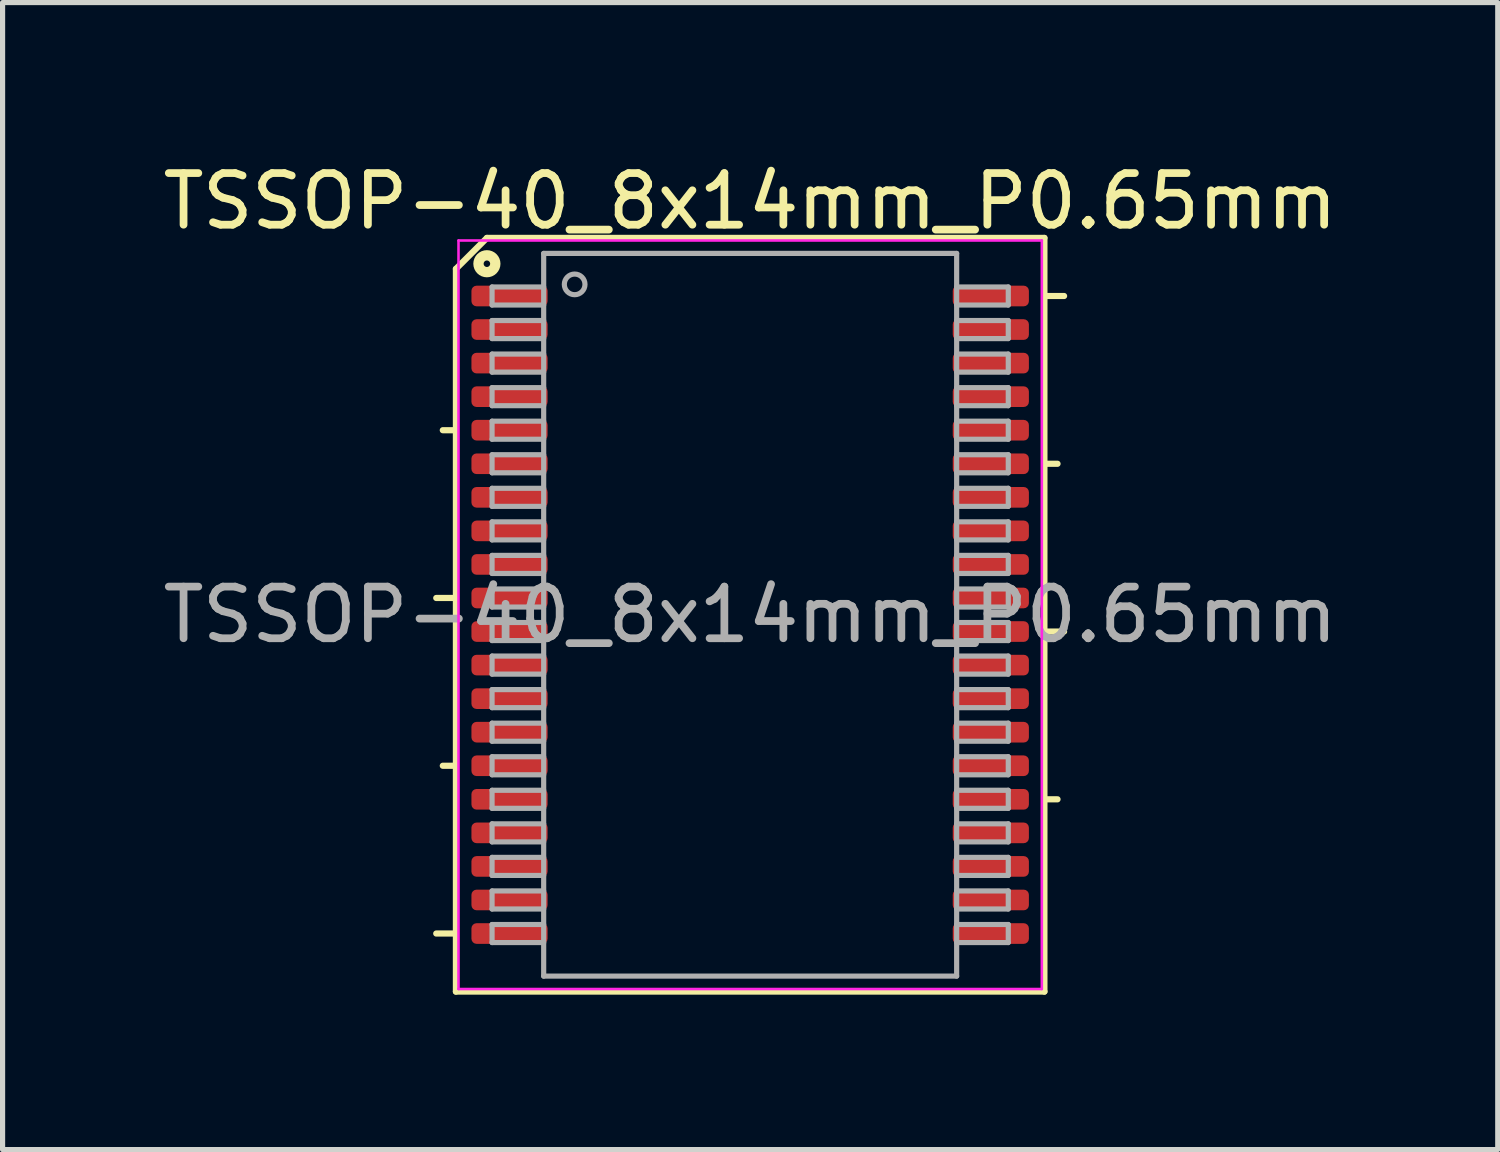
<source format=kicad_pcb>
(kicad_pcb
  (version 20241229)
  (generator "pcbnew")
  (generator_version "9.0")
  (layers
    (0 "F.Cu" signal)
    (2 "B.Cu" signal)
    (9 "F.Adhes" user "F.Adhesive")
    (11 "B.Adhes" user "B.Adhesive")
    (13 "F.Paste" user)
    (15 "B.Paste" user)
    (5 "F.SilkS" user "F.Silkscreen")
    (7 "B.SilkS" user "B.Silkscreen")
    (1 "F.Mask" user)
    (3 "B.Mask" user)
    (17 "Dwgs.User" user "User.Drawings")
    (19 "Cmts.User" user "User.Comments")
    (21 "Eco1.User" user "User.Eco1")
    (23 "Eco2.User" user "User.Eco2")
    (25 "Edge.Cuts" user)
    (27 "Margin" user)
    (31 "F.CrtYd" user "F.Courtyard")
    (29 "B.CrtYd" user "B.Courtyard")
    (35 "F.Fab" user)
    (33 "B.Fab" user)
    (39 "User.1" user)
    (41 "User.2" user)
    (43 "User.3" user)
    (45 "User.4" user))
  (footprint "TSSOP-40_8x14mm_P0.65mm"
    (layer "F.Cu")
    (at 11.482 8.859)
    (property "Reference" "TSSOP-40_8x14mm_P0.65mm" (at 0 -8.011 0) (layer "F.SilkS") (effects (font (size 1 1) (thickness 0.15))))
    (attr smd)
    (fp_line (start -5.7 -6.7) (end -5.7 7.3) (stroke (width 0.12) (type solid)) (layer "F.SilkS"))
    (fp_line (start -5.7 -6.7) (end -5.1 -7.3) (stroke (width 0.12) (type solid)) (layer "F.SilkS"))
    (fp_line (start -5.7 -3.575) (end -5.954 -3.575) (stroke (width 0.12) (type solid)) (layer "F.SilkS"))
    (fp_line (start -5.7 -0.325) (end -6.081 -0.325) (stroke (width 0.12) (type solid)) (layer "F.SilkS"))
    (fp_line (start -5.7 2.925) (end -5.954 2.925) (stroke (width 0.12) (type solid)) (layer "F.SilkS"))
    (fp_line (start -5.7 6.175) (end -6.081 6.175) (stroke (width 0.12) (type solid)) (layer "F.SilkS"))
    (fp_line (start -5.7 7.3) (end 5.7 7.3) (stroke (width 0.12) (type solid)) (layer "F.SilkS"))
    (fp_line (start 5.7 -7.3) (end -5.1 -7.3) (stroke (width 0.12) (type solid)) (layer "F.SilkS"))
    (fp_line (start 5.7 -6.175) (end 6.081 -6.175) (stroke (width 0.12) (type solid)) (layer "F.SilkS"))
    (fp_line (start 5.7 -2.925) (end 5.954 -2.925) (stroke (width 0.12) (type solid)) (layer "F.SilkS"))
    (fp_line (start 5.7 0.325) (end 6.081 0.325) (stroke (width 0.12) (type solid)) (layer "F.SilkS"))
    (fp_line (start 5.7 3.575) (end 5.954 3.575) (stroke (width 0.12) (type solid)) (layer "F.SilkS"))
    (fp_line (start 5.7 7.3) (end 5.7 -7.3) (stroke (width 0.12) (type solid)) (layer "F.SilkS"))
    (fp_circle (center -5.1 -6.8) (end -5.037 -6.8) (stroke (width 0.2) (type solid)) (fill no) (layer "F.SilkS"))
    (fp_line (start -5.65 -7.25) (end -5.65 7.25) (stroke (width 0.05) (type solid)) (layer "F.CrtYd"))
    (fp_line (start -5.65 7.25) (end 5.65 7.25) (stroke (width 0.05) (type solid)) (layer "F.CrtYd"))
    (fp_line (start 5.65 -7.25) (end -5.65 -7.25) (stroke (width 0.05) (type solid)) (layer "F.CrtYd"))
    (fp_line (start 5.65 7.25) (end 5.65 -7.25) (stroke (width 0.05) (type solid)) (layer "F.CrtYd"))
    (fp_line (start -5 -6.35) (end -5 -6) (stroke (width 0.1) (type solid)) (layer "F.Fab"))
    (fp_line (start -5 -6.35) (end -4 -6.35) (stroke (width 0.1) (type solid)) (layer "F.Fab"))
    (fp_line (start -5 -6) (end -4 -6) (stroke (width 0.1) (type solid)) (layer "F.Fab"))
    (fp_line (start -5 -5.7) (end -5 -5.35) (stroke (width 0.1) (type solid)) (layer "F.Fab"))
    (fp_line (start -5 -5.7) (end -4 -5.7) (stroke (width 0.1) (type solid)) (layer "F.Fab"))
    (fp_line (start -5 -5.35) (end -4 -5.35) (stroke (width 0.1) (type solid)) (layer "F.Fab"))
    (fp_line (start -5 -5.05) (end -5 -4.7) (stroke (width 0.1) (type solid)) (layer "F.Fab"))
    (fp_line (start -5 -5.05) (end -4 -5.05) (stroke (width 0.1) (type solid)) (layer "F.Fab"))
    (fp_line (start -5 -4.7) (end -4 -4.7) (stroke (width 0.1) (type solid)) (layer "F.Fab"))
    (fp_line (start -5 -4.4) (end -5 -4.05) (stroke (width 0.1) (type solid)) (layer "F.Fab"))
    (fp_line (start -5 -4.4) (end -4 -4.4) (stroke (width 0.1) (type solid)) (layer "F.Fab"))
    (fp_line (start -5 -4.05) (end -4 -4.05) (stroke (width 0.1) (type solid)) (layer "F.Fab"))
    (fp_line (start -5 -3.75) (end -5 -3.4) (stroke (width 0.1) (type solid)) (layer "F.Fab"))
    (fp_line (start -5 -3.75) (end -4 -3.75) (stroke (width 0.1) (type solid)) (layer "F.Fab"))
    (fp_line (start -5 -3.4) (end -4 -3.4) (stroke (width 0.1) (type solid)) (layer "F.Fab"))
    (fp_line (start -5 -3.1) (end -5 -2.75) (stroke (width 0.1) (type solid)) (layer "F.Fab"))
    (fp_line (start -5 -3.1) (end -4 -3.1) (stroke (width 0.1) (type solid)) (layer "F.Fab"))
    (fp_line (start -5 -2.75) (end -4 -2.75) (stroke (width 0.1) (type solid)) (layer "F.Fab"))
    (fp_line (start -5 -2.45) (end -5 -2.1) (stroke (width 0.1) (type solid)) (layer "F.Fab"))
    (fp_line (start -5 -2.45) (end -4 -2.45) (stroke (width 0.1) (type solid)) (layer "F.Fab"))
    (fp_line (start -5 -2.1) (end -4 -2.1) (stroke (width 0.1) (type solid)) (layer "F.Fab"))
    (fp_line (start -5 -1.8) (end -5 -1.45) (stroke (width 0.1) (type solid)) (layer "F.Fab"))
    (fp_line (start -5 -1.8) (end -4 -1.8) (stroke (width 0.1) (type solid)) (layer "F.Fab"))
    (fp_line (start -5 -1.45) (end -4 -1.45) (stroke (width 0.1) (type solid)) (layer "F.Fab"))
    (fp_line (start -5 -1.15) (end -5 -0.8) (stroke (width 0.1) (type solid)) (layer "F.Fab"))
    (fp_line (start -5 -1.15) (end -4 -1.15) (stroke (width 0.1) (type solid)) (layer "F.Fab"))
    (fp_line (start -5 -0.8) (end -4 -0.8) (stroke (width 0.1) (type solid)) (layer "F.Fab"))
    (fp_line (start -5 -0.5) (end -5 -0.15) (stroke (width 0.1) (type solid)) (layer "F.Fab"))
    (fp_line (start -5 -0.5) (end -4 -0.5) (stroke (width 0.1) (type solid)) (layer "F.Fab"))
    (fp_line (start -5 -0.15) (end -4 -0.15) (stroke (width 0.1) (type solid)) (layer "F.Fab"))
    (fp_line (start -5 0.15) (end -5 0.5) (stroke (width 0.1) (type solid)) (layer "F.Fab"))
    (fp_line (start -5 0.15) (end -4 0.15) (stroke (width 0.1) (type solid)) (layer "F.Fab"))
    (fp_line (start -5 0.5) (end -4 0.5) (stroke (width 0.1) (type solid)) (layer "F.Fab"))
    (fp_line (start -5 0.8) (end -5 1.15) (stroke (width 0.1) (type solid)) (layer "F.Fab"))
    (fp_line (start -5 0.8) (end -4 0.8) (stroke (width 0.1) (type solid)) (layer "F.Fab"))
    (fp_line (start -5 1.15) (end -4 1.15) (stroke (width 0.1) (type solid)) (layer "F.Fab"))
    (fp_line (start -5 1.45) (end -5 1.8) (stroke (width 0.1) (type solid)) (layer "F.Fab"))
    (fp_line (start -5 1.45) (end -4 1.45) (stroke (width 0.1) (type solid)) (layer "F.Fab"))
    (fp_line (start -5 1.8) (end -4 1.8) (stroke (width 0.1) (type solid)) (layer "F.Fab"))
    (fp_line (start -5 2.1) (end -5 2.45) (stroke (width 0.1) (type solid)) (layer "F.Fab"))
    (fp_line (start -5 2.1) (end -4 2.1) (stroke (width 0.1) (type solid)) (layer "F.Fab"))
    (fp_line (start -5 2.45) (end -4 2.45) (stroke (width 0.1) (type solid)) (layer "F.Fab"))
    (fp_line (start -5 2.75) (end -5 3.1) (stroke (width 0.1) (type solid)) (layer "F.Fab"))
    (fp_line (start -5 2.75) (end -4 2.75) (stroke (width 0.1) (type solid)) (layer "F.Fab"))
    (fp_line (start -5 3.1) (end -4 3.1) (stroke (width 0.1) (type solid)) (layer "F.Fab"))
    (fp_line (start -5 3.4) (end -5 3.75) (stroke (width 0.1) (type solid)) (layer "F.Fab"))
    (fp_line (start -5 3.4) (end -4 3.4) (stroke (width 0.1) (type solid)) (layer "F.Fab"))
    (fp_line (start -5 3.75) (end -4 3.75) (stroke (width 0.1) (type solid)) (layer "F.Fab"))
    (fp_line (start -5 4.05) (end -5 4.4) (stroke (width 0.1) (type solid)) (layer "F.Fab"))
    (fp_line (start -5 4.05) (end -4 4.05) (stroke (width 0.1) (type solid)) (layer "F.Fab"))
    (fp_line (start -5 4.4) (end -4 4.4) (stroke (width 0.1) (type solid)) (layer "F.Fab"))
    (fp_line (start -5 4.7) (end -5 5.05) (stroke (width 0.1) (type solid)) (layer "F.Fab"))
    (fp_line (start -5 4.7) (end -4 4.7) (stroke (width 0.1) (type solid)) (layer "F.Fab"))
    (fp_line (start -5 5.05) (end -4 5.05) (stroke (width 0.1) (type solid)) (layer "F.Fab"))
    (fp_line (start -5 5.35) (end -5 5.7) (stroke (width 0.1) (type solid)) (layer "F.Fab"))
    (fp_line (start -5 5.35) (end -4 5.35) (stroke (width 0.1) (type solid)) (layer "F.Fab"))
    (fp_line (start -5 5.7) (end -4 5.7) (stroke (width 0.1) (type solid)) (layer "F.Fab"))
    (fp_line (start -5 6) (end -5 6.35) (stroke (width 0.1) (type solid)) (layer "F.Fab"))
    (fp_line (start -5 6) (end -4 6) (stroke (width 0.1) (type solid)) (layer "F.Fab"))
    (fp_line (start -5 6.35) (end -4 6.35) (stroke (width 0.1) (type solid)) (layer "F.Fab"))
    (fp_line (start -4 -7) (end 4 -7) (stroke (width 0.1) (type solid)) (layer "F.Fab"))
    (fp_line (start -4 7) (end -4 -7) (stroke (width 0.1) (type solid)) (layer "F.Fab"))
    (fp_line (start 4 -7) (end 4 7) (stroke (width 0.1) (type solid)) (layer "F.Fab"))
    (fp_line (start 4 7) (end -4 7) (stroke (width 0.1) (type solid)) (layer "F.Fab"))
    (fp_line (start 5 -6.35) (end 4 -6.35) (stroke (width 0.1) (type solid)) (layer "F.Fab"))
    (fp_line (start 5 -6) (end 4 -6) (stroke (width 0.1) (type solid)) (layer "F.Fab"))
    (fp_line (start 5 -6) (end 5 -6.35) (stroke (width 0.1) (type solid)) (layer "F.Fab"))
    (fp_line (start 5 -5.7) (end 4 -5.7) (stroke (width 0.1) (type solid)) (layer "F.Fab"))
    (fp_line (start 5 -5.35) (end 4 -5.35) (stroke (width 0.1) (type solid)) (layer "F.Fab"))
    (fp_line (start 5 -5.35) (end 5 -5.7) (stroke (width 0.1) (type solid)) (layer "F.Fab"))
    (fp_line (start 5 -5.05) (end 4 -5.05) (stroke (width 0.1) (type solid)) (layer "F.Fab"))
    (fp_line (start 5 -4.7) (end 4 -4.7) (stroke (width 0.1) (type solid)) (layer "F.Fab"))
    (fp_line (start 5 -4.7) (end 5 -5.05) (stroke (width 0.1) (type solid)) (layer "F.Fab"))
    (fp_line (start 5 -4.4) (end 4 -4.4) (stroke (width 0.1) (type solid)) (layer "F.Fab"))
    (fp_line (start 5 -4.05) (end 4 -4.05) (stroke (width 0.1) (type solid)) (layer "F.Fab"))
    (fp_line (start 5 -4.05) (end 5 -4.4) (stroke (width 0.1) (type solid)) (layer "F.Fab"))
    (fp_line (start 5 -3.75) (end 4 -3.75) (stroke (width 0.1) (type solid)) (layer "F.Fab"))
    (fp_line (start 5 -3.4) (end 4 -3.4) (stroke (width 0.1) (type solid)) (layer "F.Fab"))
    (fp_line (start 5 -3.4) (end 5 -3.75) (stroke (width 0.1) (type solid)) (layer "F.Fab"))
    (fp_line (start 5 -3.1) (end 4 -3.1) (stroke (width 0.1) (type solid)) (layer "F.Fab"))
    (fp_line (start 5 -2.75) (end 4 -2.75) (stroke (width 0.1) (type solid)) (layer "F.Fab"))
    (fp_line (start 5 -2.75) (end 5 -3.1) (stroke (width 0.1) (type solid)) (layer "F.Fab"))
    (fp_line (start 5 -2.45) (end 4 -2.45) (stroke (width 0.1) (type solid)) (layer "F.Fab"))
    (fp_line (start 5 -2.1) (end 4 -2.1) (stroke (width 0.1) (type solid)) (layer "F.Fab"))
    (fp_line (start 5 -2.1) (end 5 -2.45) (stroke (width 0.1) (type solid)) (layer "F.Fab"))
    (fp_line (start 5 -1.8) (end 4 -1.8) (stroke (width 0.1) (type solid)) (layer "F.Fab"))
    (fp_line (start 5 -1.45) (end 4 -1.45) (stroke (width 0.1) (type solid)) (layer "F.Fab"))
    (fp_line (start 5 -1.45) (end 5 -1.8) (stroke (width 0.1) (type solid)) (layer "F.Fab"))
    (fp_line (start 5 -1.15) (end 4 -1.15) (stroke (width 0.1) (type solid)) (layer "F.Fab"))
    (fp_line (start 5 -0.8) (end 4 -0.8) (stroke (width 0.1) (type solid)) (layer "F.Fab"))
    (fp_line (start 5 -0.8) (end 5 -1.15) (stroke (width 0.1) (type solid)) (layer "F.Fab"))
    (fp_line (start 5 -0.5) (end 4 -0.5) (stroke (width 0.1) (type solid)) (layer "F.Fab"))
    (fp_line (start 5 -0.15) (end 4 -0.15) (stroke (width 0.1) (type solid)) (layer "F.Fab"))
    (fp_line (start 5 -0.15) (end 5 -0.5) (stroke (width 0.1) (type solid)) (layer "F.Fab"))
    (fp_line (start 5 0.15) (end 4 0.15) (stroke (width 0.1) (type solid)) (layer "F.Fab"))
    (fp_line (start 5 0.5) (end 4 0.5) (stroke (width 0.1) (type solid)) (layer "F.Fab"))
    (fp_line (start 5 0.5) (end 5 0.15) (stroke (width 0.1) (type solid)) (layer "F.Fab"))
    (fp_line (start 5 0.8) (end 4 0.8) (stroke (width 0.1) (type solid)) (layer "F.Fab"))
    (fp_line (start 5 1.15) (end 4 1.15) (stroke (width 0.1) (type solid)) (layer "F.Fab"))
    (fp_line (start 5 1.15) (end 5 0.8) (stroke (width 0.1) (type solid)) (layer "F.Fab"))
    (fp_line (start 5 1.45) (end 4 1.45) (stroke (width 0.1) (type solid)) (layer "F.Fab"))
    (fp_line (start 5 1.8) (end 4 1.8) (stroke (width 0.1) (type solid)) (layer "F.Fab"))
    (fp_line (start 5 1.8) (end 5 1.45) (stroke (width 0.1) (type solid)) (layer "F.Fab"))
    (fp_line (start 5 2.1) (end 4 2.1) (stroke (width 0.1) (type solid)) (layer "F.Fab"))
    (fp_line (start 5 2.45) (end 4 2.45) (stroke (width 0.1) (type solid)) (layer "F.Fab"))
    (fp_line (start 5 2.45) (end 5 2.1) (stroke (width 0.1) (type solid)) (layer "F.Fab"))
    (fp_line (start 5 2.75) (end 4 2.75) (stroke (width 0.1) (type solid)) (layer "F.Fab"))
    (fp_line (start 5 3.1) (end 4 3.1) (stroke (width 0.1) (type solid)) (layer "F.Fab"))
    (fp_line (start 5 3.1) (end 5 2.75) (stroke (width 0.1) (type solid)) (layer "F.Fab"))
    (fp_line (start 5 3.4) (end 4 3.4) (stroke (width 0.1) (type solid)) (layer "F.Fab"))
    (fp_line (start 5 3.75) (end 4 3.75) (stroke (width 0.1) (type solid)) (layer "F.Fab"))
    (fp_line (start 5 3.75) (end 5 3.4) (stroke (width 0.1) (type solid)) (layer "F.Fab"))
    (fp_line (start 5 4.05) (end 4 4.05) (stroke (width 0.1) (type solid)) (layer "F.Fab"))
    (fp_line (start 5 4.4) (end 4 4.4) (stroke (width 0.1) (type solid)) (layer "F.Fab"))
    (fp_line (start 5 4.4) (end 5 4.05) (stroke (width 0.1) (type solid)) (layer "F.Fab"))
    (fp_line (start 5 4.7) (end 4 4.7) (stroke (width 0.1) (type solid)) (layer "F.Fab"))
    (fp_line (start 5 5.05) (end 4 5.05) (stroke (width 0.1) (type solid)) (layer "F.Fab"))
    (fp_line (start 5 5.05) (end 5 4.7) (stroke (width 0.1) (type solid)) (layer "F.Fab"))
    (fp_line (start 5 5.35) (end 4 5.35) (stroke (width 0.1) (type solid)) (layer "F.Fab"))
    (fp_line (start 5 5.7) (end 4 5.7) (stroke (width 0.1) (type solid)) (layer "F.Fab"))
    (fp_line (start 5 5.7) (end 5 5.35) (stroke (width 0.1) (type solid)) (layer "F.Fab"))
    (fp_line (start 5 6) (end 4 6) (stroke (width 0.1) (type solid)) (layer "F.Fab"))
    (fp_line (start 5 6.35) (end 4 6.35) (stroke (width 0.1) (type solid)) (layer "F.Fab"))
    (fp_line (start 5 6.35) (end 5 6) (stroke (width 0.1) (type solid)) (layer "F.Fab"))
    (fp_circle (center -3.4 -6.4) (end -3.2 -6.4) (stroke (width 0.1) (type solid)) (fill no) (layer "F.Fab"))
    (fp_text user "${REFERENCE}" (at 0 0 0) (layer "F.Fab") (effects (font (size 1 1) (thickness 0.15))))
    (pad "1" smd roundrect (at -4.662 -6.175) (size 1.475 0.4) (layers "F.Cu" "F.Mask" "F.Paste") (roundrect_rratio 0.25))
    (pad "2" smd roundrect (at -4.662 -5.525) (size 1.475 0.4) (layers "F.Cu" "F.Mask" "F.Paste") (roundrect_rratio 0.25))
    (pad "3" smd roundrect (at -4.662 -4.875) (size 1.475 0.4) (layers "F.Cu" "F.Mask" "F.Paste") (roundrect_rratio 0.25))
    (pad "4" smd roundrect (at -4.662 -4.225) (size 1.475 0.4) (layers "F.Cu" "F.Mask" "F.Paste") (roundrect_rratio 0.25))
    (pad "5" smd roundrect (at -4.662 -3.575) (size 1.475 0.4) (layers "F.Cu" "F.Mask" "F.Paste") (roundrect_rratio 0.25))
    (pad "6" smd roundrect (at -4.662 -2.925) (size 1.475 0.4) (layers "F.Cu" "F.Mask" "F.Paste") (roundrect_rratio 0.25))
    (pad "7" smd roundrect (at -4.662 -2.275) (size 1.475 0.4) (layers "F.Cu" "F.Mask" "F.Paste") (roundrect_rratio 0.25))
    (pad "8" smd roundrect (at -4.662 -1.625) (size 1.475 0.4) (layers "F.Cu" "F.Mask" "F.Paste") (roundrect_rratio 0.25))
    (pad "9" smd roundrect (at -4.662 -0.975) (size 1.475 0.4) (layers "F.Cu" "F.Mask" "F.Paste") (roundrect_rratio 0.25))
    (pad "10" smd roundrect (at -4.662 -0.325) (size 1.475 0.4) (layers "F.Cu" "F.Mask" "F.Paste") (roundrect_rratio 0.25))
    (pad "11" smd roundrect (at -4.662 0.325) (size 1.475 0.4) (layers "F.Cu" "F.Mask" "F.Paste") (roundrect_rratio 0.25))
    (pad "12" smd roundrect (at -4.662 0.975) (size 1.475 0.4) (layers "F.Cu" "F.Mask" "F.Paste") (roundrect_rratio 0.25))
    (pad "13" smd roundrect (at -4.662 1.625) (size 1.475 0.4) (layers "F.Cu" "F.Mask" "F.Paste") (roundrect_rratio 0.25))
    (pad "14" smd roundrect (at -4.662 2.275) (size 1.475 0.4) (layers "F.Cu" "F.Mask" "F.Paste") (roundrect_rratio 0.25))
    (pad "15" smd roundrect (at -4.662 2.925) (size 1.475 0.4) (layers "F.Cu" "F.Mask" "F.Paste") (roundrect_rratio 0.25))
    (pad "16" smd roundrect (at -4.662 3.575) (size 1.475 0.4) (layers "F.Cu" "F.Mask" "F.Paste") (roundrect_rratio 0.25))
    (pad "17" smd roundrect (at -4.662 4.225) (size 1.475 0.4) (layers "F.Cu" "F.Mask" "F.Paste") (roundrect_rratio 0.25))
    (pad "18" smd roundrect (at -4.662 4.875) (size 1.475 0.4) (layers "F.Cu" "F.Mask" "F.Paste") (roundrect_rratio 0.25))
    (pad "19" smd roundrect (at -4.662 5.525) (size 1.475 0.4) (layers "F.Cu" "F.Mask" "F.Paste") (roundrect_rratio 0.25))
    (pad "20" smd roundrect (at -4.662 6.175) (size 1.475 0.4) (layers "F.Cu" "F.Mask" "F.Paste") (roundrect_rratio 0.25))
    (pad "21" smd roundrect (at 4.662 6.175) (size 1.475 0.4) (layers "F.Cu" "F.Mask" "F.Paste") (roundrect_rratio 0.25))
    (pad "22" smd roundrect (at 4.662 5.525) (size 1.475 0.4) (layers "F.Cu" "F.Mask" "F.Paste") (roundrect_rratio 0.25))
    (pad "23" smd roundrect (at 4.662 4.875) (size 1.475 0.4) (layers "F.Cu" "F.Mask" "F.Paste") (roundrect_rratio 0.25))
    (pad "24" smd roundrect (at 4.662 4.225) (size 1.475 0.4) (layers "F.Cu" "F.Mask" "F.Paste") (roundrect_rratio 0.25))
    (pad "25" smd roundrect (at 4.662 3.575) (size 1.475 0.4) (layers "F.Cu" "F.Mask" "F.Paste") (roundrect_rratio 0.25))
    (pad "26" smd roundrect (at 4.662 2.925) (size 1.475 0.4) (layers "F.Cu" "F.Mask" "F.Paste") (roundrect_rratio 0.25))
    (pad "27" smd roundrect (at 4.662 2.275) (size 1.475 0.4) (layers "F.Cu" "F.Mask" "F.Paste") (roundrect_rratio 0.25))
    (pad "28" smd roundrect (at 4.662 1.625) (size 1.475 0.4) (layers "F.Cu" "F.Mask" "F.Paste") (roundrect_rratio 0.25))
    (pad "29" smd roundrect (at 4.662 0.975) (size 1.475 0.4) (layers "F.Cu" "F.Mask" "F.Paste") (roundrect_rratio 0.25))
    (pad "30" smd roundrect (at 4.662 0.325) (size 1.475 0.4) (layers "F.Cu" "F.Mask" "F.Paste") (roundrect_rratio 0.25))
    (pad "31" smd roundrect (at 4.662 -0.325) (size 1.475 0.4) (layers "F.Cu" "F.Mask" "F.Paste") (roundrect_rratio 0.25))
    (pad "32" smd roundrect (at 4.662 -0.975) (size 1.475 0.4) (layers "F.Cu" "F.Mask" "F.Paste") (roundrect_rratio 0.25))
    (pad "33" smd roundrect (at 4.662 -1.625) (size 1.475 0.4) (layers "F.Cu" "F.Mask" "F.Paste") (roundrect_rratio 0.25))
    (pad "34" smd roundrect (at 4.662 -2.275) (size 1.475 0.4) (layers "F.Cu" "F.Mask" "F.Paste") (roundrect_rratio 0.25))
    (pad "35" smd roundrect (at 4.662 -2.925) (size 1.475 0.4) (layers "F.Cu" "F.Mask" "F.Paste") (roundrect_rratio 0.25))
    (pad "36" smd roundrect (at 4.662 -3.575) (size 1.475 0.4) (layers "F.Cu" "F.Mask" "F.Paste") (roundrect_rratio 0.25))
    (pad "37" smd roundrect (at 4.662 -4.225) (size 1.475 0.4) (layers "F.Cu" "F.Mask" "F.Paste") (roundrect_rratio 0.25))
    (pad "38" smd roundrect (at 4.662 -4.875) (size 1.475 0.4) (layers "F.Cu" "F.Mask" "F.Paste") (roundrect_rratio 0.25))
    (pad "39" smd roundrect (at 4.662 -5.525) (size 1.475 0.4) (layers "F.Cu" "F.Mask" "F.Paste") (roundrect_rratio 0.25))
    (pad "40" smd roundrect (at 4.662 -6.175) (size 1.475 0.4) (layers "F.Cu" "F.Mask" "F.Paste") (roundrect_rratio 0.25)))
  (gr_rect
    (start -3 -3)
    (end 25.964 19.219)
    (stroke (width 0.1) (type default))
    (fill no)
    (layer "Edge.Cuts")))
</source>
